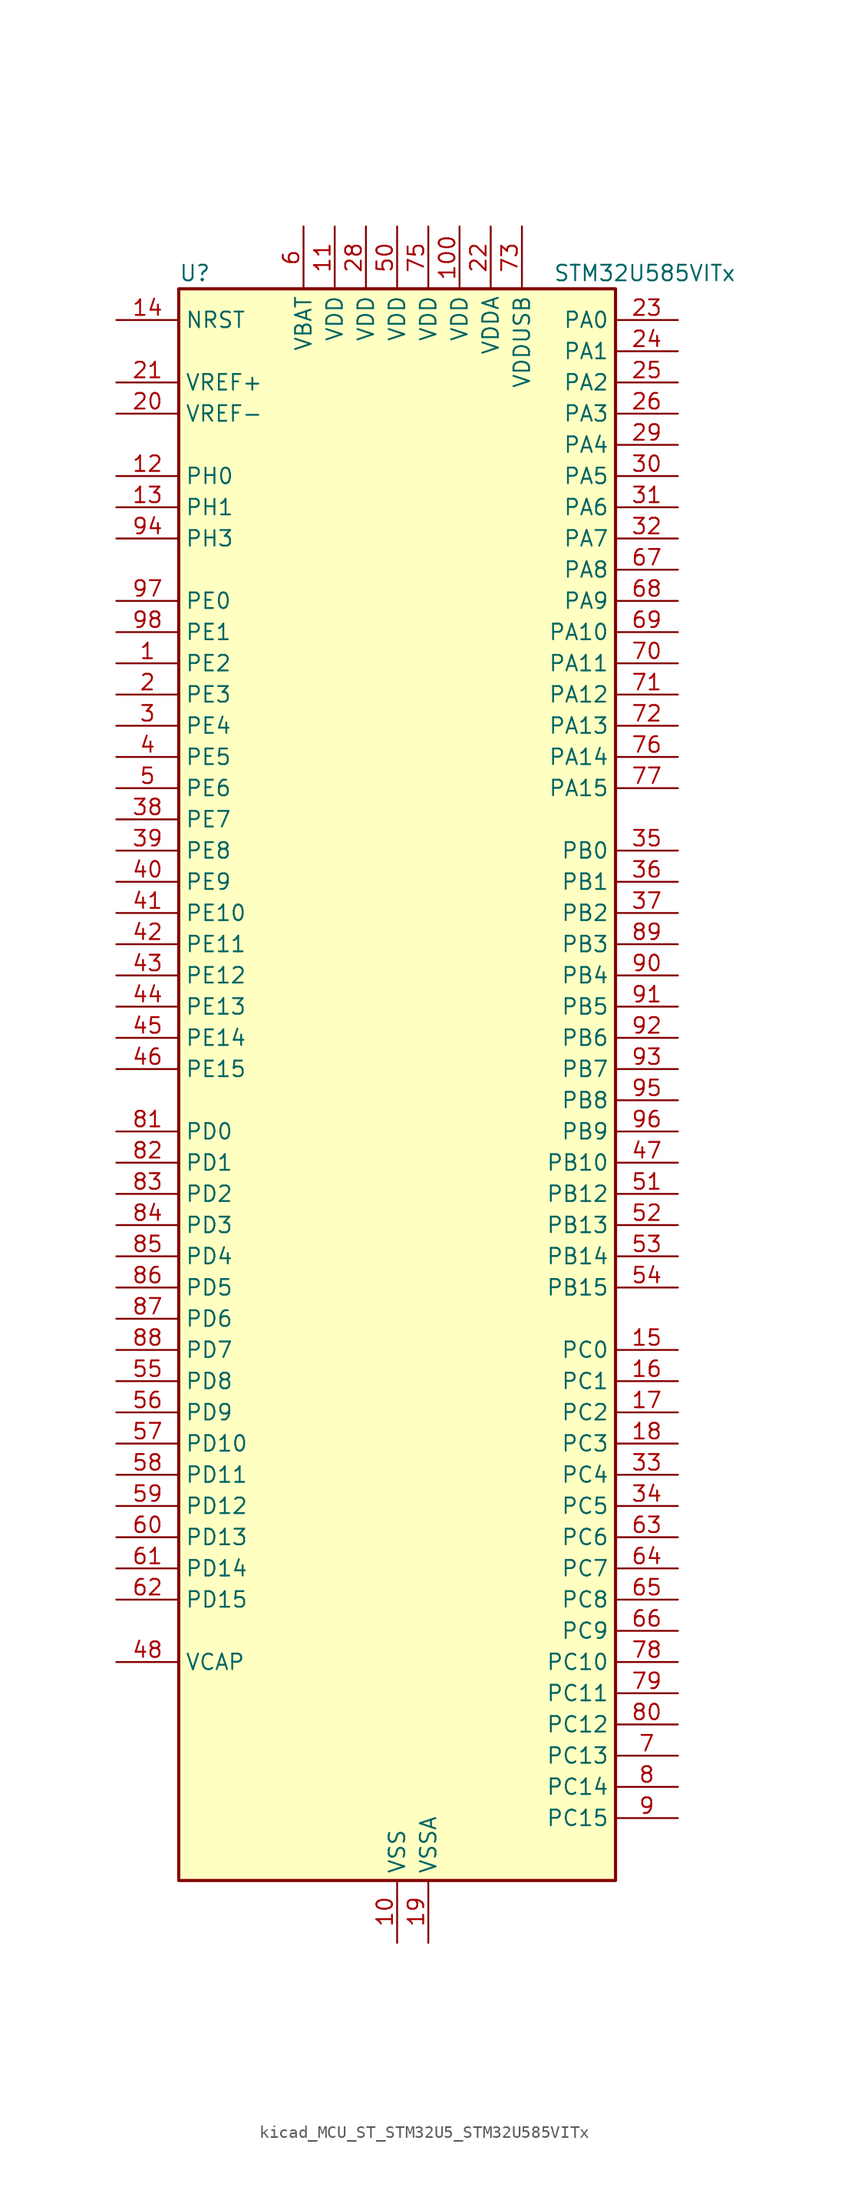
<source format=kicad_sym>
(kicad_symbol_lib
  (version 20220914)
  (generator kicad_symbol_editor)
  (symbol "kicad_MCU_ST_STM32U5_STM32U585VITx"
    (property "Reference" "U"
      (at -17.78 67.31 0)
      (effects (font (size 1.27 1.27)) (justify left)))
    (property "Value" "STM32U585VITx"
      (at 12.7 67.31 0)
      (effects (font (size 1.27 1.27)) (justify left)))
    (property "ki_locked" ""
      (at 0 0 0)
      (effects (font (size 1.27 1.27))))
    (symbol "kicad_MCU_ST_STM32U5_STM32U585VITx_0_1"
      (rectangle (start -17.78 -63.5) (end 17.78 66.04) (stroke (width 0.254) (type default)) (fill (type background))))
    (symbol "kicad_MCU_ST_STM32U5_STM32U585VITx_1_1"
      (pin bidirectional line (at -22.86 35.56 0) (length 5.08) (name "PE2" (effects (font (size 1.27 1.27)))) (number "1" (effects (font (size 1.27 1.27)))) (alternate "DEBUG_TRACECLK" bidirectional line) (alternate "FMC_A23" bidirectional line) (alternate "SAI1_CK1" bidirectional line) (alternate "SAI1_MCLK_A" bidirectional line) (alternate "TIM3_ETR" bidirectional line) (alternate "TSC_G7_IO1" bidirectional line))
      (pin power_in line (at 0 -68.58 90) (length 5.08) (name "VSS" (effects (font (size 1.27 1.27)))) (number "10" (effects (font (size 1.27 1.27)))))
      (pin power_in line (at 5.08 71.12 270) (length 5.08) (name "VDD" (effects (font (size 1.27 1.27)))) (number "100" (effects (font (size 1.27 1.27)))))
      (pin power_in line (at -5.08 71.12 270) (length 5.08) (name "VDD" (effects (font (size 1.27 1.27)))) (number "11" (effects (font (size 1.27 1.27)))))
      (pin bidirectional line (at -22.86 50.8 0) (length 5.08) (name "PH0" (effects (font (size 1.27 1.27)))) (number "12" (effects (font (size 1.27 1.27)))) (alternate "RCC_OSC_IN" bidirectional line))
      (pin bidirectional line (at -22.86 48.26 0) (length 5.08) (name "PH1" (effects (font (size 1.27 1.27)))) (number "13" (effects (font (size 1.27 1.27)))) (alternate "RCC_OSC_OUT" bidirectional line))
      (pin input line (at -22.86 63.5 0) (length 5.08) (name "NRST" (effects (font (size 1.27 1.27)))) (number "14" (effects (font (size 1.27 1.27)))))
      (pin bidirectional line (at 22.86 -20.32 180) (length 5.08) (name "PC0" (effects (font (size 1.27 1.27)))) (number "15" (effects (font (size 1.27 1.27)))) (alternate "ADC1_IN1" bidirectional line) (alternate "ADC4_IN1" bidirectional line) (alternate "I2C3_SCL" bidirectional line) (alternate "LPTIM1_IN1" bidirectional line) (alternate "LPTIM2_IN1" bidirectional line) (alternate "LPUART1_RX" bidirectional line) (alternate "MDF1_SDI4" bidirectional line) (alternate "OCTOSPIM_P1_IO7" bidirectional line) (alternate "SAI2_FS_A" bidirectional line) (alternate "SDMMC1_D5" bidirectional line) (alternate "SPI2_RDY" bidirectional line))
      (pin bidirectional line (at 22.86 -22.86 180) (length 5.08) (name "PC1" (effects (font (size 1.27 1.27)))) (number "16" (effects (font (size 1.27 1.27)))) (alternate "ADC1_IN2" bidirectional line) (alternate "ADC4_IN2" bidirectional line) (alternate "DEBUG_TRACED0" bidirectional line) (alternate "I2C3_SDA" bidirectional line) (alternate "LPTIM1_CH1" bidirectional line) (alternate "LPUART1_TX" bidirectional line) (alternate "MDF1_CKI4" bidirectional line) (alternate "OCTOSPIM_P1_IO4" bidirectional line) (alternate "SAI1_SD_A" bidirectional line) (alternate "SDMMC2_CK" bidirectional line) (alternate "SPI2_MOSI" bidirectional line))
      (pin bidirectional line (at 22.86 -25.4 180) (length 5.08) (name "PC2" (effects (font (size 1.27 1.27)))) (number "17" (effects (font (size 1.27 1.27)))) (alternate "ADC1_IN3" bidirectional line) (alternate "ADC4_IN3" bidirectional line) (alternate "LPTIM1_IN2" bidirectional line) (alternate "MDF1_CCK1" bidirectional line) (alternate "OCTOSPIM_P1_IO5" bidirectional line) (alternate "SPI2_MISO" bidirectional line))
      (pin bidirectional line (at 22.86 -27.94 180) (length 5.08) (name "PC3" (effects (font (size 1.27 1.27)))) (number "18" (effects (font (size 1.27 1.27)))) (alternate "ADC1_IN4" bidirectional line) (alternate "ADC4_IN4" bidirectional line) (alternate "LPTIM1_ETR" bidirectional line) (alternate "LPTIM2_ETR" bidirectional line) (alternate "LPTIM3_CH1" bidirectional line) (alternate "OCTOSPIM_P1_IO6" bidirectional line) (alternate "SAI1_D1" bidirectional line) (alternate "SAI1_SD_A" bidirectional line) (alternate "SPI2_MOSI" bidirectional line))
      (pin power_in line (at 2.54 -68.58 90) (length 5.08) (name "VSSA" (effects (font (size 1.27 1.27)))) (number "19" (effects (font (size 1.27 1.27)))))
      (pin bidirectional line (at -22.86 33.02 0) (length 5.08) (name "PE3" (effects (font (size 1.27 1.27)))) (number "2" (effects (font (size 1.27 1.27)))) (alternate "DEBUG_TRACED0" bidirectional line) (alternate "FMC_A19" bidirectional line) (alternate "OCTOSPIM_P1_DQS" bidirectional line) (alternate "SAI1_SD_B" bidirectional line) (alternate "TAMP_IN6" bidirectional line) (alternate "TAMP_OUT3" bidirectional line) (alternate "TIM3_CH1" bidirectional line) (alternate "TSC_G7_IO2" bidirectional line))
      (pin input line (at -22.86 55.88 0) (length 5.08) (name "VREF-" (effects (font (size 1.27 1.27)))) (number "20" (effects (font (size 1.27 1.27)))))
      (pin input line (at -22.86 58.42 0) (length 5.08) (name "VREF+" (effects (font (size 1.27 1.27)))) (number "21" (effects (font (size 1.27 1.27)))) (alternate "VREFBUF_OUT" bidirectional line))
      (pin power_in line (at 7.62 71.12 270) (length 5.08) (name "VDDA" (effects (font (size 1.27 1.27)))) (number "22" (effects (font (size 1.27 1.27)))))
      (pin bidirectional line (at 22.86 63.5 180) (length 5.08) (name "PA0" (effects (font (size 1.27 1.27)))) (number "23" (effects (font (size 1.27 1.27)))) (alternate "ADC1_IN5" bidirectional line) (alternate "AUDIOCLK" bidirectional line) (alternate "OCTOSPIM_P2_NCS" bidirectional line) (alternate "OPAMP1_VINP" bidirectional line) (alternate "PWR_WKUP1" bidirectional line) (alternate "SDMMC2_CMD" bidirectional line) (alternate "SPI3_RDY" bidirectional line) (alternate "TAMP_IN2" bidirectional line) (alternate "TAMP_OUT1" bidirectional line) (alternate "TIM2_CH1" bidirectional line) (alternate "TIM2_ETR" bidirectional line) (alternate "TIM5_CH1" bidirectional line) (alternate "TIM8_ETR" bidirectional line) (alternate "UART4_TX" bidirectional line) (alternate "USART2_CTS" bidirectional line))
      (pin bidirectional line (at 22.86 60.96 180) (length 5.08) (name "PA1" (effects (font (size 1.27 1.27)))) (number "24" (effects (font (size 1.27 1.27)))) (alternate "ADC1_IN6" bidirectional line) (alternate "I2C1_SMBA" bidirectional line) (alternate "LPTIM1_CH2" bidirectional line) (alternate "OCTOSPIM_P1_DQS" bidirectional line) (alternate "OPAMP1_VINM" bidirectional line) (alternate "PWR_WKUP3" bidirectional line) (alternate "SPI1_SCK" bidirectional line) (alternate "TAMP_IN5" bidirectional line) (alternate "TAMP_OUT4" bidirectional line) (alternate "TIM15_CH1N" bidirectional line) (alternate "TIM2_CH2" bidirectional line) (alternate "TIM5_CH2" bidirectional line) (alternate "UART4_RX" bidirectional line) (alternate "USART2_DE" bidirectional line) (alternate "USART2_RTS" bidirectional line))
      (pin bidirectional line (at 22.86 58.42 180) (length 5.08) (name "PA2" (effects (font (size 1.27 1.27)))) (number "25" (effects (font (size 1.27 1.27)))) (alternate "ADC1_IN7" bidirectional line) (alternate "COMP1_INP" bidirectional line) (alternate "LPUART1_TX" bidirectional line) (alternate "OCTOSPIM_P1_NCS" bidirectional line) (alternate "PWR_WKUP4" bidirectional line) (alternate "RCC_LSCO" bidirectional line) (alternate "SPI1_RDY" bidirectional line) (alternate "TIM15_CH1" bidirectional line) (alternate "TIM2_CH3" bidirectional line) (alternate "TIM5_CH3" bidirectional line) (alternate "UCPD1_FRSTX1" bidirectional line) (alternate "USART2_TX" bidirectional line))
      (pin bidirectional line (at 22.86 55.88 180) (length 5.08) (name "PA3" (effects (font (size 1.27 1.27)))) (number "26" (effects (font (size 1.27 1.27)))) (alternate "ADC1_IN8" bidirectional line) (alternate "LPUART1_RX" bidirectional line) (alternate "OCTOSPIM_P1_CLK" bidirectional line) (alternate "OPAMP1_VOUT" bidirectional line) (alternate "PWR_WKUP5" bidirectional line) (alternate "SAI1_CK1" bidirectional line) (alternate "SAI1_MCLK_A" bidirectional line) (alternate "TIM15_CH2" bidirectional line) (alternate "TIM2_CH4" bidirectional line) (alternate "TIM5_CH4" bidirectional line) (alternate "USART2_RX" bidirectional line))
      (pin passive line (at 0 -68.58 90) (length 5.08) hide (name "VSS" (effects (font (size 1.27 1.27)))) (number "27" (effects (font (size 1.27 1.27)))))
      (pin power_in line (at -2.54 71.12 270) (length 5.08) (name "VDD" (effects (font (size 1.27 1.27)))) (number "28" (effects (font (size 1.27 1.27)))))
      (pin bidirectional line (at 22.86 53.34 180) (length 5.08) (name "PA4" (effects (font (size 1.27 1.27)))) (number "29" (effects (font (size 1.27 1.27)))) (alternate "ADC1_IN9" bidirectional line) (alternate "ADC4_IN9" bidirectional line) (alternate "DAC1_OUT1" bidirectional line) (alternate "DCMI_HSYNC" bidirectional line) (alternate "LPTIM2_CH1" bidirectional line) (alternate "OCTOSPIM_P1_NCS" bidirectional line) (alternate "PSSI_DE" bidirectional line) (alternate "PWR_WKUP2" bidirectional line) (alternate "SAI1_FS_B" bidirectional line) (alternate "SPI1_NSS" bidirectional line) (alternate "SPI3_NSS" bidirectional line) (alternate "USART2_CK" bidirectional line))
      (pin bidirectional line (at -22.86 30.48 0) (length 5.08) (name "PE4" (effects (font (size 1.27 1.27)))) (number "3" (effects (font (size 1.27 1.27)))) (alternate "DCMI_D4" bidirectional line) (alternate "DEBUG_TRACED1" bidirectional line) (alternate "FMC_A20" bidirectional line) (alternate "MDF1_SDI3" bidirectional line) (alternate "PSSI_D4" bidirectional line) (alternate "PWR_WKUP1" bidirectional line) (alternate "SAI1_D2" bidirectional line) (alternate "SAI1_FS_A" bidirectional line) (alternate "TAMP_IN7" bidirectional line) (alternate "TAMP_OUT8" bidirectional line) (alternate "TIM3_CH2" bidirectional line) (alternate "TSC_G7_IO3" bidirectional line))
      (pin bidirectional line (at 22.86 50.8 180) (length 5.08) (name "PA5" (effects (font (size 1.27 1.27)))) (number "30" (effects (font (size 1.27 1.27)))) (alternate "ADC1_IN10" bidirectional line) (alternate "ADC4_IN10" bidirectional line) (alternate "DAC1_OUT2" bidirectional line) (alternate "LPTIM2_ETR" bidirectional line) (alternate "PSSI_D14" bidirectional line) (alternate "PWR_CSLEEP" bidirectional line) (alternate "PWR_WKUP6" bidirectional line) (alternate "SPI1_SCK" bidirectional line) (alternate "TIM2_CH1" bidirectional line) (alternate "TIM2_ETR" bidirectional line) (alternate "TIM8_CH1N" bidirectional line) (alternate "USART3_RX" bidirectional line))
      (pin bidirectional line (at 22.86 48.26 180) (length 5.08) (name "PA6" (effects (font (size 1.27 1.27)))) (number "31" (effects (font (size 1.27 1.27)))) (alternate "ADC1_IN11" bidirectional line) (alternate "ADC4_IN11" bidirectional line) (alternate "DCMI_PIXCLK" bidirectional line) (alternate "LPUART1_CTS" bidirectional line) (alternate "OCTOSPIM_P1_IO3" bidirectional line) (alternate "OPAMP2_VINP" bidirectional line) (alternate "PSSI_PDCK" bidirectional line) (alternate "PWR_CDSTOP" bidirectional line) (alternate "PWR_WKUP7" bidirectional line) (alternate "SPI1_MISO" bidirectional line) (alternate "TIM16_CH1" bidirectional line) (alternate "TIM1_BKIN" bidirectional line) (alternate "TIM3_CH1" bidirectional line) (alternate "TIM8_BKIN" bidirectional line) (alternate "USART3_CTS" bidirectional line))
      (pin bidirectional line (at 22.86 45.72 180) (length 5.08) (name "PA7" (effects (font (size 1.27 1.27)))) (number "32" (effects (font (size 1.27 1.27)))) (alternate "ADC1_IN12" bidirectional line) (alternate "ADC4_IN20" bidirectional line) (alternate "I2C3_SCL" bidirectional line) (alternate "LPTIM2_CH2" bidirectional line) (alternate "OCTOSPIM_P1_IO2" bidirectional line) (alternate "OPAMP2_VINM" bidirectional line) (alternate "PWR_SRDSTOP" bidirectional line) (alternate "PWR_WKUP8" bidirectional line) (alternate "SPI1_MOSI" bidirectional line) (alternate "TIM17_CH1" bidirectional line) (alternate "TIM1_CH1N" bidirectional line) (alternate "TIM3_CH2" bidirectional line) (alternate "TIM8_CH1N" bidirectional line) (alternate "USART3_TX" bidirectional line))
      (pin bidirectional line (at 22.86 -30.48 180) (length 5.08) (name "PC4" (effects (font (size 1.27 1.27)))) (number "33" (effects (font (size 1.27 1.27)))) (alternate "ADC1_IN13" bidirectional line) (alternate "ADC4_IN22" bidirectional line) (alternate "COMP1_INM" bidirectional line) (alternate "OCTOSPIM_P1_IO7" bidirectional line) (alternate "USART3_TX" bidirectional line))
      (pin bidirectional line (at 22.86 -33.02 180) (length 5.08) (name "PC5" (effects (font (size 1.27 1.27)))) (number "34" (effects (font (size 1.27 1.27)))) (alternate "ADC1_IN14" bidirectional line) (alternate "ADC4_IN23" bidirectional line) (alternate "COMP1_INP" bidirectional line) (alternate "PSSI_D15" bidirectional line) (alternate "PWR_WKUP5" bidirectional line) (alternate "SAI1_D3" bidirectional line) (alternate "TAMP_IN4" bidirectional line) (alternate "TAMP_OUT5" bidirectional line) (alternate "TIM1_CH4N" bidirectional line) (alternate "USART3_RX" bidirectional line))
      (pin bidirectional line (at 22.86 20.32 180) (length 5.08) (name "PB0" (effects (font (size 1.27 1.27)))) (number "35" (effects (font (size 1.27 1.27)))) (alternate "ADC1_IN15" bidirectional line) (alternate "ADC4_IN18" bidirectional line) (alternate "AUDIOCLK" bidirectional line) (alternate "COMP1_OUT" bidirectional line) (alternate "LPTIM3_CH1" bidirectional line) (alternate "OCTOSPIM_P1_IO1" bidirectional line) (alternate "OPAMP2_VOUT" bidirectional line) (alternate "SPI1_NSS" bidirectional line) (alternate "TIM1_CH2N" bidirectional line) (alternate "TIM3_CH3" bidirectional line) (alternate "TIM8_CH2N" bidirectional line) (alternate "USART3_CK" bidirectional line))
      (pin bidirectional line (at 22.86 17.78 180) (length 5.08) (name "PB1" (effects (font (size 1.27 1.27)))) (number "36" (effects (font (size 1.27 1.27)))) (alternate "ADC1_IN16" bidirectional line) (alternate "ADC4_IN19" bidirectional line) (alternate "COMP1_INM" bidirectional line) (alternate "LPTIM2_IN1" bidirectional line) (alternate "LPTIM3_CH2" bidirectional line) (alternate "LPUART1_DE" bidirectional line) (alternate "LPUART1_RTS" bidirectional line) (alternate "MDF1_SDI0" bidirectional line) (alternate "OCTOSPIM_P1_IO0" bidirectional line) (alternate "PWR_WKUP4" bidirectional line) (alternate "TIM1_CH3N" bidirectional line) (alternate "TIM3_CH4" bidirectional line) (alternate "TIM8_CH3N" bidirectional line) (alternate "USART3_DE" bidirectional line) (alternate "USART3_RTS" bidirectional line))
      (pin bidirectional line (at 22.86 15.24 180) (length 5.08) (name "PB2" (effects (font (size 1.27 1.27)))) (number "37" (effects (font (size 1.27 1.27)))) (alternate "ADC1_IN17" bidirectional line) (alternate "COMP1_INP" bidirectional line) (alternate "I2C3_SMBA" bidirectional line) (alternate "LPTIM1_CH1" bidirectional line) (alternate "MDF1_CKI0" bidirectional line) (alternate "OCTOSPIM_P1_DQS" bidirectional line) (alternate "PWR_WKUP1" bidirectional line) (alternate "RTC_OUT2" bidirectional line) (alternate "SPI1_RDY" bidirectional line) (alternate "TIM8_CH4N" bidirectional line) (alternate "UCPD1_FRSTX1" bidirectional line))
      (pin bidirectional line (at -22.86 22.86 0) (length 5.08) (name "PE7" (effects (font (size 1.27 1.27)))) (number "38" (effects (font (size 1.27 1.27)))) (alternate "FMC_D4" bidirectional line) (alternate "FMC_DA4" bidirectional line) (alternate "MDF1_SDI2" bidirectional line) (alternate "PWR_WKUP6" bidirectional line) (alternate "SAI1_SD_B" bidirectional line) (alternate "TIM1_ETR" bidirectional line))
      (pin bidirectional line (at -22.86 20.32 0) (length 5.08) (name "PE8" (effects (font (size 1.27 1.27)))) (number "39" (effects (font (size 1.27 1.27)))) (alternate "FMC_D5" bidirectional line) (alternate "FMC_DA5" bidirectional line) (alternate "MDF1_CKI2" bidirectional line) (alternate "PWR_WKUP7" bidirectional line) (alternate "SAI1_SCK_B" bidirectional line) (alternate "TIM1_CH1N" bidirectional line))
      (pin bidirectional line (at -22.86 27.94 0) (length 5.08) (name "PE5" (effects (font (size 1.27 1.27)))) (number "4" (effects (font (size 1.27 1.27)))) (alternate "DCMI_D6" bidirectional line) (alternate "DEBUG_TRACED2" bidirectional line) (alternate "FMC_A21" bidirectional line) (alternate "MDF1_CKI3" bidirectional line) (alternate "PSSI_D6" bidirectional line) (alternate "PWR_WKUP2" bidirectional line) (alternate "SAI1_CK2" bidirectional line) (alternate "SAI1_SCK_A" bidirectional line) (alternate "TAMP_IN8" bidirectional line) (alternate "TAMP_OUT7" bidirectional line) (alternate "TIM3_CH3" bidirectional line) (alternate "TSC_G7_IO4" bidirectional line))
      (pin bidirectional line (at -22.86 17.78 0) (length 5.08) (name "PE9" (effects (font (size 1.27 1.27)))) (number "40" (effects (font (size 1.27 1.27)))) (alternate "ADF1_CCK0" bidirectional line) (alternate "DAC1_EXTI9" bidirectional line) (alternate "FMC_D6" bidirectional line) (alternate "FMC_DA6" bidirectional line) (alternate "MDF1_CCK0" bidirectional line) (alternate "OCTOSPIM_P1_NCLK" bidirectional line) (alternate "SAI1_FS_B" bidirectional line) (alternate "TIM1_CH1" bidirectional line))
      (pin bidirectional line (at -22.86 15.24 0) (length 5.08) (name "PE10" (effects (font (size 1.27 1.27)))) (number "41" (effects (font (size 1.27 1.27)))) (alternate "ADF1_SDI0" bidirectional line) (alternate "FMC_D7" bidirectional line) (alternate "FMC_DA7" bidirectional line) (alternate "MDF1_SDI4" bidirectional line) (alternate "OCTOSPIM_P1_CLK" bidirectional line) (alternate "SAI1_MCLK_B" bidirectional line) (alternate "TIM1_CH2N" bidirectional line) (alternate "TSC_G5_IO1" bidirectional line))
      (pin bidirectional line (at -22.86 12.7 0) (length 5.08) (name "PE11" (effects (font (size 1.27 1.27)))) (number "42" (effects (font (size 1.27 1.27)))) (alternate "ADC1_EXTI11" bidirectional line) (alternate "FMC_D8" bidirectional line) (alternate "FMC_DA8" bidirectional line) (alternate "MDF1_CKI4" bidirectional line) (alternate "OCTOSPIM_P1_NCS" bidirectional line) (alternate "SPI1_RDY" bidirectional line) (alternate "TIM1_CH2" bidirectional line) (alternate "TSC_G5_IO2" bidirectional line))
      (pin bidirectional line (at -22.86 10.16 0) (length 5.08) (name "PE12" (effects (font (size 1.27 1.27)))) (number "43" (effects (font (size 1.27 1.27)))) (alternate "FMC_D9" bidirectional line) (alternate "FMC_DA9" bidirectional line) (alternate "MDF1_SDI5" bidirectional line) (alternate "OCTOSPIM_P1_IO0" bidirectional line) (alternate "SPI1_NSS" bidirectional line) (alternate "TIM1_CH3N" bidirectional line) (alternate "TSC_G5_IO3" bidirectional line))
      (pin bidirectional line (at -22.86 7.62 0) (length 5.08) (name "PE13" (effects (font (size 1.27 1.27)))) (number "44" (effects (font (size 1.27 1.27)))) (alternate "FMC_D10" bidirectional line) (alternate "FMC_DA10" bidirectional line) (alternate "MDF1_CKI5" bidirectional line) (alternate "OCTOSPIM_P1_IO1" bidirectional line) (alternate "SPI1_SCK" bidirectional line) (alternate "TIM1_CH3" bidirectional line) (alternate "TSC_G5_IO4" bidirectional line))
      (pin bidirectional line (at -22.86 5.08 0) (length 5.08) (name "PE14" (effects (font (size 1.27 1.27)))) (number "45" (effects (font (size 1.27 1.27)))) (alternate "FMC_D11" bidirectional line) (alternate "FMC_DA11" bidirectional line) (alternate "OCTOSPIM_P1_IO2" bidirectional line) (alternate "SPI1_MISO" bidirectional line) (alternate "TIM1_BKIN2" bidirectional line) (alternate "TIM1_CH4" bidirectional line))
      (pin bidirectional line (at -22.86 2.54 0) (length 5.08) (name "PE15" (effects (font (size 1.27 1.27)))) (number "46" (effects (font (size 1.27 1.27)))) (alternate "ADC1_EXTI15" bidirectional line) (alternate "ADC4_EXTI15" bidirectional line) (alternate "FMC_D12" bidirectional line) (alternate "FMC_DA12" bidirectional line) (alternate "OCTOSPIM_P1_IO3" bidirectional line) (alternate "SPI1_MOSI" bidirectional line) (alternate "TIM1_BKIN" bidirectional line) (alternate "TIM1_CH4N" bidirectional line))
      (pin bidirectional line (at 22.86 -5.08 180) (length 5.08) (name "PB10" (effects (font (size 1.27 1.27)))) (number "47" (effects (font (size 1.27 1.27)))) (alternate "COMP1_OUT" bidirectional line) (alternate "I2C2_SCL" bidirectional line) (alternate "I2C4_SCL" bidirectional line) (alternate "LPTIM3_CH1" bidirectional line) (alternate "LPUART1_RX" bidirectional line) (alternate "OCTOSPIM_P1_CLK" bidirectional line) (alternate "PWR_WKUP8" bidirectional line) (alternate "SAI1_SCK_A" bidirectional line) (alternate "SPI2_SCK" bidirectional line) (alternate "TIM2_CH3" bidirectional line) (alternate "TSC_SYNC" bidirectional line) (alternate "USART3_TX" bidirectional line))
      (pin power_out line (at -22.86 -45.72 0) (length 5.08) (name "VCAP" (effects (font (size 1.27 1.27)))) (number "48" (effects (font (size 1.27 1.27)))))
      (pin passive line (at 0 -68.58 90) (length 5.08) hide (name "VSS" (effects (font (size 1.27 1.27)))) (number "49" (effects (font (size 1.27 1.27)))))
      (pin bidirectional line (at -22.86 25.4 0) (length 5.08) (name "PE6" (effects (font (size 1.27 1.27)))) (number "5" (effects (font (size 1.27 1.27)))) (alternate "DCMI_D7" bidirectional line) (alternate "DEBUG_TRACED3" bidirectional line) (alternate "FMC_A22" bidirectional line) (alternate "PSSI_D7" bidirectional line) (alternate "PWR_WKUP3" bidirectional line) (alternate "SAI1_D1" bidirectional line) (alternate "SAI1_SD_A" bidirectional line) (alternate "TAMP_IN3" bidirectional line) (alternate "TAMP_OUT6" bidirectional line) (alternate "TIM3_CH4" bidirectional line))
      (pin power_in line (at 0 71.12 270) (length 5.08) (name "VDD" (effects (font (size 1.27 1.27)))) (number "50" (effects (font (size 1.27 1.27)))))
      (pin bidirectional line (at 22.86 -7.62 180) (length 5.08) (name "PB12" (effects (font (size 1.27 1.27)))) (number "51" (effects (font (size 1.27 1.27)))) (alternate "I2C2_SMBA" bidirectional line) (alternate "LPUART1_DE" bidirectional line) (alternate "LPUART1_RTS" bidirectional line) (alternate "MDF1_SDI1" bidirectional line) (alternate "OCTOSPIM_P1_NCLK" bidirectional line) (alternate "SAI2_FS_A" bidirectional line) (alternate "SPI2_NSS" bidirectional line) (alternate "TIM15_BKIN" bidirectional line) (alternate "TIM1_BKIN" bidirectional line) (alternate "TSC_G1_IO1" bidirectional line) (alternate "USART3_CK" bidirectional line))
      (pin bidirectional line (at 22.86 -10.16 180) (length 5.08) (name "PB13" (effects (font (size 1.27 1.27)))) (number "52" (effects (font (size 1.27 1.27)))) (alternate "I2C2_SCL" bidirectional line) (alternate "LPTIM3_IN1" bidirectional line) (alternate "LPUART1_CTS" bidirectional line) (alternate "MDF1_CKI1" bidirectional line) (alternate "SAI2_SCK_A" bidirectional line) (alternate "SPI2_SCK" bidirectional line) (alternate "TIM15_CH1N" bidirectional line) (alternate "TIM1_CH1N" bidirectional line) (alternate "TSC_G1_IO2" bidirectional line) (alternate "USART3_CTS" bidirectional line))
      (pin bidirectional line (at 22.86 -12.7 180) (length 5.08) (name "PB14" (effects (font (size 1.27 1.27)))) (number "53" (effects (font (size 1.27 1.27)))) (alternate "I2C2_SDA" bidirectional line) (alternate "LPTIM3_ETR" bidirectional line) (alternate "MDF1_SDI2" bidirectional line) (alternate "SAI2_MCLK_A" bidirectional line) (alternate "SDMMC2_D0" bidirectional line) (alternate "SPI2_MISO" bidirectional line) (alternate "TIM15_CH1" bidirectional line) (alternate "TIM1_CH2N" bidirectional line) (alternate "TIM8_CH2N" bidirectional line) (alternate "TSC_G1_IO3" bidirectional line) (alternate "UCPD1_DBCC2" bidirectional line) (alternate "USART3_DE" bidirectional line) (alternate "USART3_RTS" bidirectional line))
      (pin bidirectional line (at 22.86 -15.24 180) (length 5.08) (name "PB15" (effects (font (size 1.27 1.27)))) (number "54" (effects (font (size 1.27 1.27)))) (alternate "ADC1_EXTI15" bidirectional line) (alternate "ADC4_EXTI15" bidirectional line) (alternate "FMC_NBL1" bidirectional line) (alternate "LPTIM2_IN2" bidirectional line) (alternate "MDF1_CKI2" bidirectional line) (alternate "PWR_WKUP7" bidirectional line) (alternate "RTC_REFIN" bidirectional line) (alternate "SAI2_SD_A" bidirectional line) (alternate "SDMMC2_D1" bidirectional line) (alternate "SPI2_MOSI" bidirectional line) (alternate "TIM15_CH2" bidirectional line) (alternate "TIM1_CH3N" bidirectional line) (alternate "TIM8_CH3N" bidirectional line) (alternate "UCPD1_CC2" bidirectional line))
      (pin bidirectional line (at -22.86 -22.86 0) (length 5.08) (name "PD8" (effects (font (size 1.27 1.27)))) (number "55" (effects (font (size 1.27 1.27)))) (alternate "DCMI_HSYNC" bidirectional line) (alternate "FMC_D13" bidirectional line) (alternate "FMC_DA13" bidirectional line) (alternate "PSSI_DE" bidirectional line) (alternate "USART3_TX" bidirectional line))
      (pin bidirectional line (at -22.86 -25.4 0) (length 5.08) (name "PD9" (effects (font (size 1.27 1.27)))) (number "56" (effects (font (size 1.27 1.27)))) (alternate "DAC1_EXTI9" bidirectional line) (alternate "DCMI_PIXCLK" bidirectional line) (alternate "FMC_D14" bidirectional line) (alternate "FMC_DA14" bidirectional line) (alternate "LPTIM2_IN2" bidirectional line) (alternate "LPTIM3_IN1" bidirectional line) (alternate "PSSI_PDCK" bidirectional line) (alternate "SAI2_MCLK_A" bidirectional line) (alternate "USART3_RX" bidirectional line))
      (pin bidirectional line (at -22.86 -27.94 0) (length 5.08) (name "PD10" (effects (font (size 1.27 1.27)))) (number "57" (effects (font (size 1.27 1.27)))) (alternate "FMC_D15" bidirectional line) (alternate "FMC_DA15" bidirectional line) (alternate "LPTIM2_CH2" bidirectional line) (alternate "LPTIM3_ETR" bidirectional line) (alternate "SAI2_SCK_A" bidirectional line) (alternate "TSC_G6_IO1" bidirectional line) (alternate "USART3_CK" bidirectional line))
      (pin bidirectional line (at -22.86 -30.48 0) (length 5.08) (name "PD11" (effects (font (size 1.27 1.27)))) (number "58" (effects (font (size 1.27 1.27)))) (alternate "ADC1_EXTI11" bidirectional line) (alternate "ADC4_IN15" bidirectional line) (alternate "FMC_A16" bidirectional line) (alternate "FMC_CLE" bidirectional line) (alternate "I2C4_SMBA" bidirectional line) (alternate "LPTIM2_ETR" bidirectional line) (alternate "SAI2_SD_A" bidirectional line) (alternate "TSC_G6_IO2" bidirectional line) (alternate "USART3_CTS" bidirectional line))
      (pin bidirectional line (at -22.86 -33.02 0) (length 5.08) (name "PD12" (effects (font (size 1.27 1.27)))) (number "59" (effects (font (size 1.27 1.27)))) (alternate "ADC4_IN16" bidirectional line) (alternate "FMC_A17" bidirectional line) (alternate "FMC_ALE" bidirectional line) (alternate "I2C4_SCL" bidirectional line) (alternate "LPTIM2_IN1" bidirectional line) (alternate "SAI2_FS_A" bidirectional line) (alternate "TIM4_CH1" bidirectional line) (alternate "TSC_G6_IO3" bidirectional line) (alternate "USART3_DE" bidirectional line) (alternate "USART3_RTS" bidirectional line))
      (pin power_in line (at -7.62 71.12 270) (length 5.08) (name "VBAT" (effects (font (size 1.27 1.27)))) (number "6" (effects (font (size 1.27 1.27)))))
      (pin bidirectional line (at -22.86 -35.56 0) (length 5.08) (name "PD13" (effects (font (size 1.27 1.27)))) (number "60" (effects (font (size 1.27 1.27)))) (alternate "ADC4_IN17" bidirectional line) (alternate "FMC_A18" bidirectional line) (alternate "I2C4_SDA" bidirectional line) (alternate "LPTIM2_CH1" bidirectional line) (alternate "LPTIM4_IN1" bidirectional line) (alternate "TIM4_CH2" bidirectional line) (alternate "TSC_G6_IO4" bidirectional line))
      (pin bidirectional line (at -22.86 -38.1 0) (length 5.08) (name "PD14" (effects (font (size 1.27 1.27)))) (number "61" (effects (font (size 1.27 1.27)))) (alternate "FMC_D0" bidirectional line) (alternate "FMC_DA0" bidirectional line) (alternate "LPTIM3_CH1" bidirectional line) (alternate "TIM4_CH3" bidirectional line))
      (pin bidirectional line (at -22.86 -40.64 0) (length 5.08) (name "PD15" (effects (font (size 1.27 1.27)))) (number "62" (effects (font (size 1.27 1.27)))) (alternate "ADC1_EXTI15" bidirectional line) (alternate "ADC4_EXTI15" bidirectional line) (alternate "FMC_D1" bidirectional line) (alternate "FMC_DA1" bidirectional line) (alternate "LPTIM3_CH2" bidirectional line) (alternate "TIM4_CH4" bidirectional line))
      (pin bidirectional line (at 22.86 -35.56 180) (length 5.08) (name "PC6" (effects (font (size 1.27 1.27)))) (number "63" (effects (font (size 1.27 1.27)))) (alternate "DCMI_D0" bidirectional line) (alternate "MDF1_CKI3" bidirectional line) (alternate "PSSI_D0" bidirectional line) (alternate "PWR_CSLEEP" bidirectional line) (alternate "SAI2_MCLK_A" bidirectional line) (alternate "SDMMC1_D0DIR" bidirectional line) (alternate "SDMMC1_D6" bidirectional line) (alternate "SDMMC2_D6" bidirectional line) (alternate "TIM3_CH1" bidirectional line) (alternate "TIM8_CH1" bidirectional line) (alternate "TSC_G4_IO1" bidirectional line))
      (pin bidirectional line (at 22.86 -38.1 180) (length 5.08) (name "PC7" (effects (font (size 1.27 1.27)))) (number "64" (effects (font (size 1.27 1.27)))) (alternate "DCMI_D1" bidirectional line) (alternate "LPTIM2_CH2" bidirectional line) (alternate "MDF1_SDI3" bidirectional line) (alternate "PSSI_D1" bidirectional line) (alternate "PWR_CDSTOP" bidirectional line) (alternate "SAI2_MCLK_B" bidirectional line) (alternate "SDMMC1_D123DIR" bidirectional line) (alternate "SDMMC1_D7" bidirectional line) (alternate "SDMMC2_D7" bidirectional line) (alternate "TIM3_CH2" bidirectional line) (alternate "TIM8_CH2" bidirectional line) (alternate "TSC_G4_IO2" bidirectional line))
      (pin bidirectional line (at 22.86 -40.64 180) (length 5.08) (name "PC8" (effects (font (size 1.27 1.27)))) (number "65" (effects (font (size 1.27 1.27)))) (alternate "DCMI_D2" bidirectional line) (alternate "LPTIM3_CH1" bidirectional line) (alternate "PSSI_D2" bidirectional line) (alternate "PWR_SRDSTOP" bidirectional line) (alternate "SDMMC1_D0" bidirectional line) (alternate "TIM3_CH3" bidirectional line) (alternate "TIM8_CH3" bidirectional line) (alternate "TSC_G4_IO3" bidirectional line))
      (pin bidirectional line (at 22.86 -43.18 180) (length 5.08) (name "PC9" (effects (font (size 1.27 1.27)))) (number "66" (effects (font (size 1.27 1.27)))) (alternate "DAC1_EXTI9" bidirectional line) (alternate "DCMI_D3" bidirectional line) (alternate "DEBUG_TRACED0" bidirectional line) (alternate "LPTIM3_CH2" bidirectional line) (alternate "PSSI_D3" bidirectional line) (alternate "SDMMC1_D1" bidirectional line) (alternate "TIM3_CH4" bidirectional line) (alternate "TIM8_BKIN2" bidirectional line) (alternate "TIM8_CH4" bidirectional line) (alternate "TSC_G4_IO4" bidirectional line) (alternate "USB_OTG_FS_NOE" bidirectional line))
      (pin bidirectional line (at 22.86 43.18 180) (length 5.08) (name "PA8" (effects (font (size 1.27 1.27)))) (number "67" (effects (font (size 1.27 1.27)))) (alternate "DEBUG_TRACECLK" bidirectional line) (alternate "LPTIM2_CH1" bidirectional line) (alternate "RCC_MCO" bidirectional line) (alternate "SAI1_CK2" bidirectional line) (alternate "SAI1_SCK_A" bidirectional line) (alternate "SPI1_RDY" bidirectional line) (alternate "TIM1_CH1" bidirectional line) (alternate "USART1_CK" bidirectional line) (alternate "USB_OTG_FS_SOF" bidirectional line))
      (pin bidirectional line (at 22.86 40.64 180) (length 5.08) (name "PA9" (effects (font (size 1.27 1.27)))) (number "68" (effects (font (size 1.27 1.27)))) (alternate "DAC1_EXTI9" bidirectional line) (alternate "DCMI_D0" bidirectional line) (alternate "PSSI_D0" bidirectional line) (alternate "SAI1_FS_A" bidirectional line) (alternate "SPI2_SCK" bidirectional line) (alternate "TIM15_BKIN" bidirectional line) (alternate "TIM1_CH2" bidirectional line) (alternate "USART1_TX" bidirectional line) (alternate "USB_OTG_FS_VBUS" bidirectional line))
      (pin bidirectional line (at 22.86 38.1 180) (length 5.08) (name "PA10" (effects (font (size 1.27 1.27)))) (number "69" (effects (font (size 1.27 1.27)))) (alternate "CRS_SYNC" bidirectional line) (alternate "DCMI_D1" bidirectional line) (alternate "LPTIM2_IN2" bidirectional line) (alternate "PSSI_D1" bidirectional line) (alternate "SAI1_D1" bidirectional line) (alternate "SAI1_SD_A" bidirectional line) (alternate "TIM17_BKIN" bidirectional line) (alternate "TIM1_CH3" bidirectional line) (alternate "USART1_RX" bidirectional line) (alternate "USB_OTG_FS_ID" bidirectional line))
      (pin bidirectional line (at 22.86 -53.34 180) (length 5.08) (name "PC13" (effects (font (size 1.27 1.27)))) (number "7" (effects (font (size 1.27 1.27)))) (alternate "PWR_WKUP2" bidirectional line) (alternate "RTC_OUT1" bidirectional line) (alternate "RTC_TS" bidirectional line) (alternate "TAMP_IN1" bidirectional line) (alternate "TAMP_OUT2" bidirectional line))
      (pin bidirectional line (at 22.86 35.56 180) (length 5.08) (name "PA11" (effects (font (size 1.27 1.27)))) (number "70" (effects (font (size 1.27 1.27)))) (alternate "ADC1_EXTI11" bidirectional line) (alternate "FDCAN1_RX" bidirectional line) (alternate "SPI1_MISO" bidirectional line) (alternate "TIM1_BKIN2" bidirectional line) (alternate "TIM1_CH4" bidirectional line) (alternate "USART1_CTS" bidirectional line) (alternate "USB_OTG_FS_DM" bidirectional line))
      (pin bidirectional line (at 22.86 33.02 180) (length 5.08) (name "PA12" (effects (font (size 1.27 1.27)))) (number "71" (effects (font (size 1.27 1.27)))) (alternate "FDCAN1_TX" bidirectional line) (alternate "OCTOSPIM_P2_NCS" bidirectional line) (alternate "SPI1_MOSI" bidirectional line) (alternate "TIM1_ETR" bidirectional line) (alternate "USART1_DE" bidirectional line) (alternate "USART1_RTS" bidirectional line) (alternate "USB_OTG_FS_DP" bidirectional line))
      (pin bidirectional line (at 22.86 30.48 180) (length 5.08) (name "PA13" (effects (font (size 1.27 1.27)))) (number "72" (effects (font (size 1.27 1.27)))) (alternate "DEBUG_JTMS-SWDIO" bidirectional line) (alternate "IR_OUT" bidirectional line) (alternate "SAI1_SD_B" bidirectional line) (alternate "USB_OTG_FS_NOE" bidirectional line))
      (pin power_in line (at 10.16 71.12 270) (length 5.08) (name "VDDUSB" (effects (font (size 1.27 1.27)))) (number "73" (effects (font (size 1.27 1.27)))))
      (pin passive line (at 0 -68.58 90) (length 5.08) hide (name "VSS" (effects (font (size 1.27 1.27)))) (number "74" (effects (font (size 1.27 1.27)))))
      (pin power_in line (at 2.54 71.12 270) (length 5.08) (name "VDD" (effects (font (size 1.27 1.27)))) (number "75" (effects (font (size 1.27 1.27)))))
      (pin bidirectional line (at 22.86 27.94 180) (length 5.08) (name "PA14" (effects (font (size 1.27 1.27)))) (number "76" (effects (font (size 1.27 1.27)))) (alternate "DEBUG_JTCK-SWCLK" bidirectional line) (alternate "I2C1_SMBA" bidirectional line) (alternate "I2C4_SMBA" bidirectional line) (alternate "LPTIM1_CH1" bidirectional line) (alternate "SAI1_FS_B" bidirectional line) (alternate "USB_OTG_FS_SOF" bidirectional line))
      (pin bidirectional line (at 22.86 25.4 180) (length 5.08) (name "PA15" (effects (font (size 1.27 1.27)))) (number "77" (effects (font (size 1.27 1.27)))) (alternate "ADC1_EXTI15" bidirectional line) (alternate "ADC4_EXTI15" bidirectional line) (alternate "DEBUG_JTDI" bidirectional line) (alternate "SAI2_FS_B" bidirectional line) (alternate "SPI1_NSS" bidirectional line) (alternate "SPI3_NSS" bidirectional line) (alternate "TIM2_CH1" bidirectional line) (alternate "TIM2_ETR" bidirectional line) (alternate "UART4_DE" bidirectional line) (alternate "UART4_RTS" bidirectional line) (alternate "UCPD1_CC1" bidirectional line) (alternate "USART2_RX" bidirectional line) (alternate "USART3_DE" bidirectional line) (alternate "USART3_RTS" bidirectional line))
      (pin bidirectional line (at 22.86 -45.72 180) (length 5.08) (name "PC10" (effects (font (size 1.27 1.27)))) (number "78" (effects (font (size 1.27 1.27)))) (alternate "ADF1_CCK1" bidirectional line) (alternate "DCMI_D8" bidirectional line) (alternate "DEBUG_TRACED1" bidirectional line) (alternate "LPTIM3_ETR" bidirectional line) (alternate "PSSI_D8" bidirectional line) (alternate "SAI2_SCK_B" bidirectional line) (alternate "SDMMC1_D2" bidirectional line) (alternate "SPI3_SCK" bidirectional line) (alternate "TSC_G3_IO2" bidirectional line) (alternate "UART4_TX" bidirectional line) (alternate "USART3_TX" bidirectional line))
      (pin bidirectional line (at 22.86 -48.26 180) (length 5.08) (name "PC11" (effects (font (size 1.27 1.27)))) (number "79" (effects (font (size 1.27 1.27)))) (alternate "ADC1_EXTI11" bidirectional line) (alternate "ADF1_SDI0" bidirectional line) (alternate "DCMI_D2" bidirectional line) (alternate "DCMI_D4" bidirectional line) (alternate "LPTIM3_IN1" bidirectional line) (alternate "OCTOSPIM_P1_NCS" bidirectional line) (alternate "PSSI_D2" bidirectional line) (alternate "PSSI_D4" bidirectional line) (alternate "SAI2_MCLK_B" bidirectional line) (alternate "SDMMC1_D3" bidirectional line) (alternate "SPI3_MISO" bidirectional line) (alternate "TSC_G3_IO3" bidirectional line) (alternate "UART4_RX" bidirectional line) (alternate "UCPD1_FRSTX2" bidirectional line) (alternate "USART3_RX" bidirectional line))
      (pin bidirectional line (at 22.86 -55.88 180) (length 5.08) (name "PC14" (effects (font (size 1.27 1.27)))) (number "8" (effects (font (size 1.27 1.27)))) (alternate "RCC_OSC32_IN" bidirectional line))
      (pin bidirectional line (at 22.86 -50.8 180) (length 5.08) (name "PC12" (effects (font (size 1.27 1.27)))) (number "80" (effects (font (size 1.27 1.27)))) (alternate "DCMI_D9" bidirectional line) (alternate "DEBUG_TRACED3" bidirectional line) (alternate "PSSI_D9" bidirectional line) (alternate "SAI2_SD_B" bidirectional line) (alternate "SDMMC1_CK" bidirectional line) (alternate "SPI3_MOSI" bidirectional line) (alternate "TSC_G3_IO4" bidirectional line) (alternate "UART5_TX" bidirectional line) (alternate "USART3_CK" bidirectional line))
      (pin bidirectional line (at -22.86 -2.54 0) (length 5.08) (name "PD0" (effects (font (size 1.27 1.27)))) (number "81" (effects (font (size 1.27 1.27)))) (alternate "FDCAN1_RX" bidirectional line) (alternate "FMC_D2" bidirectional line) (alternate "FMC_DA2" bidirectional line) (alternate "SPI2_NSS" bidirectional line) (alternate "TIM8_CH4N" bidirectional line))
      (pin bidirectional line (at -22.86 -5.08 0) (length 5.08) (name "PD1" (effects (font (size 1.27 1.27)))) (number "82" (effects (font (size 1.27 1.27)))) (alternate "FDCAN1_TX" bidirectional line) (alternate "FMC_D3" bidirectional line) (alternate "FMC_DA3" bidirectional line) (alternate "SPI2_SCK" bidirectional line))
      (pin bidirectional line (at -22.86 -7.62 0) (length 5.08) (name "PD2" (effects (font (size 1.27 1.27)))) (number "83" (effects (font (size 1.27 1.27)))) (alternate "DCMI_D11" bidirectional line) (alternate "DEBUG_TRACED2" bidirectional line) (alternate "LPTIM4_ETR" bidirectional line) (alternate "PSSI_D11" bidirectional line) (alternate "SDMMC1_CMD" bidirectional line) (alternate "TIM3_ETR" bidirectional line) (alternate "TSC_SYNC" bidirectional line) (alternate "UART5_RX" bidirectional line) (alternate "USART3_DE" bidirectional line) (alternate "USART3_RTS" bidirectional line))
      (pin bidirectional line (at -22.86 -10.16 0) (length 5.08) (name "PD3" (effects (font (size 1.27 1.27)))) (number "84" (effects (font (size 1.27 1.27)))) (alternate "DCMI_D5" bidirectional line) (alternate "FMC_CLK" bidirectional line) (alternate "MDF1_SDI0" bidirectional line) (alternate "OCTOSPIM_P2_NCS" bidirectional line) (alternate "PSSI_D5" bidirectional line) (alternate "SPI2_MISO" bidirectional line) (alternate "SPI2_SCK" bidirectional line) (alternate "USART2_CTS" bidirectional line))
      (pin bidirectional line (at -22.86 -12.7 0) (length 5.08) (name "PD4" (effects (font (size 1.27 1.27)))) (number "85" (effects (font (size 1.27 1.27)))) (alternate "FMC_NOE" bidirectional line) (alternate "MDF1_CKI0" bidirectional line) (alternate "OCTOSPIM_P1_IO4" bidirectional line) (alternate "SPI2_MOSI" bidirectional line) (alternate "USART2_DE" bidirectional line) (alternate "USART2_RTS" bidirectional line))
      (pin bidirectional line (at -22.86 -15.24 0) (length 5.08) (name "PD5" (effects (font (size 1.27 1.27)))) (number "86" (effects (font (size 1.27 1.27)))) (alternate "FMC_NWE" bidirectional line) (alternate "OCTOSPIM_P1_IO5" bidirectional line) (alternate "SPI2_RDY" bidirectional line) (alternate "USART2_TX" bidirectional line))
      (pin bidirectional line (at -22.86 -17.78 0) (length 5.08) (name "PD6" (effects (font (size 1.27 1.27)))) (number "87" (effects (font (size 1.27 1.27)))) (alternate "DCMI_D10" bidirectional line) (alternate "FMC_NWAIT" bidirectional line) (alternate "MDF1_SDI1" bidirectional line) (alternate "OCTOSPIM_P1_IO6" bidirectional line) (alternate "PSSI_D10" bidirectional line) (alternate "SAI1_D1" bidirectional line) (alternate "SAI1_SD_A" bidirectional line) (alternate "SDMMC2_CK" bidirectional line) (alternate "SPI3_MOSI" bidirectional line) (alternate "USART2_RX" bidirectional line))
      (pin bidirectional line (at -22.86 -20.32 0) (length 5.08) (name "PD7" (effects (font (size 1.27 1.27)))) (number "88" (effects (font (size 1.27 1.27)))) (alternate "FMC_NCE" bidirectional line) (alternate "FMC_NE1" bidirectional line) (alternate "LPTIM4_OUT" bidirectional line) (alternate "MDF1_CKI1" bidirectional line) (alternate "OCTOSPIM_P1_IO7" bidirectional line) (alternate "SDMMC2_CMD" bidirectional line) (alternate "USART2_CK" bidirectional line))
      (pin bidirectional line (at 22.86 12.7 180) (length 5.08) (name "PB3" (effects (font (size 1.27 1.27)))) (number "89" (effects (font (size 1.27 1.27)))) (alternate "ADF1_CCK0" bidirectional line) (alternate "COMP2_INM" bidirectional line) (alternate "CRS_SYNC" bidirectional line) (alternate "DEBUG_JTDO-SWO" bidirectional line) (alternate "I2C1_SDA" bidirectional line) (alternate "LPTIM1_CH1" bidirectional line) (alternate "SAI1_SCK_B" bidirectional line) (alternate "SDMMC2_D2" bidirectional line) (alternate "SPI1_SCK" bidirectional line) (alternate "SPI3_SCK" bidirectional line) (alternate "TIM2_CH2" bidirectional line) (alternate "USART1_DE" bidirectional line) (alternate "USART1_RTS" bidirectional line))
      (pin bidirectional line (at 22.86 -58.42 180) (length 5.08) (name "PC15" (effects (font (size 1.27 1.27)))) (number "9" (effects (font (size 1.27 1.27)))) (alternate "ADC1_EXTI15" bidirectional line) (alternate "ADC4_EXTI15" bidirectional line) (alternate "RCC_OSC32_OUT" bidirectional line))
      (pin bidirectional line (at 22.86 10.16 180) (length 5.08) (name "PB4" (effects (font (size 1.27 1.27)))) (number "90" (effects (font (size 1.27 1.27)))) (alternate "ADF1_SDI0" bidirectional line) (alternate "COMP2_INP" bidirectional line) (alternate "DCMI_D12" bidirectional line) (alternate "DEBUG_JTRST" bidirectional line) (alternate "I2C3_SDA" bidirectional line) (alternate "LPTIM1_CH2" bidirectional line) (alternate "PSSI_D12" bidirectional line) (alternate "SAI1_MCLK_B" bidirectional line) (alternate "SDMMC2_D3" bidirectional line) (alternate "SPI1_MISO" bidirectional line) (alternate "SPI3_MISO" bidirectional line) (alternate "TIM17_BKIN" bidirectional line) (alternate "TIM3_CH1" bidirectional line) (alternate "TSC_G2_IO1" bidirectional line) (alternate "UART5_DE" bidirectional line) (alternate "UART5_RTS" bidirectional line) (alternate "USART1_CTS" bidirectional line))
      (pin bidirectional line (at 22.86 7.62 180) (length 5.08) (name "PB5" (effects (font (size 1.27 1.27)))) (number "91" (effects (font (size 1.27 1.27)))) (alternate "COMP2_OUT" bidirectional line) (alternate "DCMI_D10" bidirectional line) (alternate "I2C1_SMBA" bidirectional line) (alternate "LPTIM1_IN1" bidirectional line) (alternate "OCTOSPIM_P1_NCLK" bidirectional line) (alternate "PSSI_D10" bidirectional line) (alternate "PWR_WKUP6" bidirectional line) (alternate "SAI1_SD_B" bidirectional line) (alternate "SPI1_MOSI" bidirectional line) (alternate "SPI3_MOSI" bidirectional line) (alternate "TIM16_BKIN" bidirectional line) (alternate "TIM3_CH2" bidirectional line) (alternate "TSC_G2_IO2" bidirectional line) (alternate "UART5_CTS" bidirectional line) (alternate "UCPD1_DBCC1" bidirectional line) (alternate "USART1_CK" bidirectional line))
      (pin bidirectional line (at 22.86 5.08 180) (length 5.08) (name "PB6" (effects (font (size 1.27 1.27)))) (number "92" (effects (font (size 1.27 1.27)))) (alternate "COMP2_INP" bidirectional line) (alternate "DCMI_D5" bidirectional line) (alternate "I2C1_SCL" bidirectional line) (alternate "I2C4_SCL" bidirectional line) (alternate "LPTIM1_ETR" bidirectional line) (alternate "MDF1_SDI5" bidirectional line) (alternate "PSSI_D5" bidirectional line) (alternate "PWR_WKUP3" bidirectional line) (alternate "SAI1_FS_B" bidirectional line) (alternate "TIM16_CH1N" bidirectional line) (alternate "TIM4_CH1" bidirectional line) (alternate "TIM8_BKIN2" bidirectional line) (alternate "TSC_G2_IO3" bidirectional line) (alternate "USART1_TX" bidirectional line))
      (pin bidirectional line (at 22.86 2.54 180) (length 5.08) (name "PB7" (effects (font (size 1.27 1.27)))) (number "93" (effects (font (size 1.27 1.27)))) (alternate "COMP2_INM" bidirectional line) (alternate "DCMI_VSYNC" bidirectional line) (alternate "FMC_NL" bidirectional line) (alternate "I2C1_SDA" bidirectional line) (alternate "I2C4_SDA" bidirectional line) (alternate "LPTIM1_IN2" bidirectional line) (alternate "MDF1_CKI5" bidirectional line) (alternate "PSSI_RDY" bidirectional line) (alternate "PWR_PVD_IN" bidirectional line) (alternate "PWR_WKUP4" bidirectional line) (alternate "TIM17_CH1N" bidirectional line) (alternate "TIM4_CH2" bidirectional line) (alternate "TIM8_BKIN" bidirectional line) (alternate "TSC_G2_IO4" bidirectional line) (alternate "UART4_CTS" bidirectional line) (alternate "USART1_RX" bidirectional line))
      (pin bidirectional line (at -22.86 45.72 0) (length 5.08) (name "PH3" (effects (font (size 1.27 1.27)))) (number "94" (effects (font (size 1.27 1.27)))))
      (pin bidirectional line (at 22.86 0 180) (length 5.08) (name "PB8" (effects (font (size 1.27 1.27)))) (number "95" (effects (font (size 1.27 1.27)))) (alternate "DCMI_D6" bidirectional line) (alternate "FDCAN1_RX" bidirectional line) (alternate "I2C1_SCL" bidirectional line) (alternate "MDF1_CCK0" bidirectional line) (alternate "PSSI_D6" bidirectional line) (alternate "PWR_WKUP5" bidirectional line) (alternate "SAI1_CK1" bidirectional line) (alternate "SAI1_MCLK_A" bidirectional line) (alternate "SDMMC1_CKIN" bidirectional line) (alternate "SDMMC1_D4" bidirectional line) (alternate "SDMMC2_D4" bidirectional line) (alternate "SPI3_RDY" bidirectional line) (alternate "TIM16_CH1" bidirectional line) (alternate "TIM4_CH3" bidirectional line))
      (pin bidirectional line (at 22.86 -2.54 180) (length 5.08) (name "PB9" (effects (font (size 1.27 1.27)))) (number "96" (effects (font (size 1.27 1.27)))) (alternate "DAC1_EXTI9" bidirectional line) (alternate "DCMI_D7" bidirectional line) (alternate "FDCAN1_TX" bidirectional line) (alternate "I2C1_SDA" bidirectional line) (alternate "IR_OUT" bidirectional line) (alternate "PSSI_D7" bidirectional line) (alternate "SAI1_D2" bidirectional line) (alternate "SAI1_FS_A" bidirectional line) (alternate "SDMMC1_CDIR" bidirectional line) (alternate "SDMMC1_D5" bidirectional line) (alternate "SDMMC2_D5" bidirectional line) (alternate "SPI2_NSS" bidirectional line) (alternate "TIM17_CH1" bidirectional line) (alternate "TIM4_CH4" bidirectional line))
      (pin bidirectional line (at -22.86 40.64 0) (length 5.08) (name "PE0" (effects (font (size 1.27 1.27)))) (number "97" (effects (font (size 1.27 1.27)))) (alternate "DCMI_D2" bidirectional line) (alternate "FMC_NBL0" bidirectional line) (alternate "PSSI_D2" bidirectional line) (alternate "TIM16_CH1" bidirectional line) (alternate "TIM4_ETR" bidirectional line))
      (pin bidirectional line (at -22.86 38.1 0) (length 5.08) (name "PE1" (effects (font (size 1.27 1.27)))) (number "98" (effects (font (size 1.27 1.27)))) (alternate "DCMI_D3" bidirectional line) (alternate "FMC_NBL1" bidirectional line) (alternate "PSSI_D3" bidirectional line) (alternate "TIM17_CH1" bidirectional line))
      (pin passive line (at 0 -68.58 90) (length 5.08) hide (name "VSS" (effects (font (size 1.27 1.27)))) (number "99" (effects (font (size 1.27 1.27))))))))
</source>
